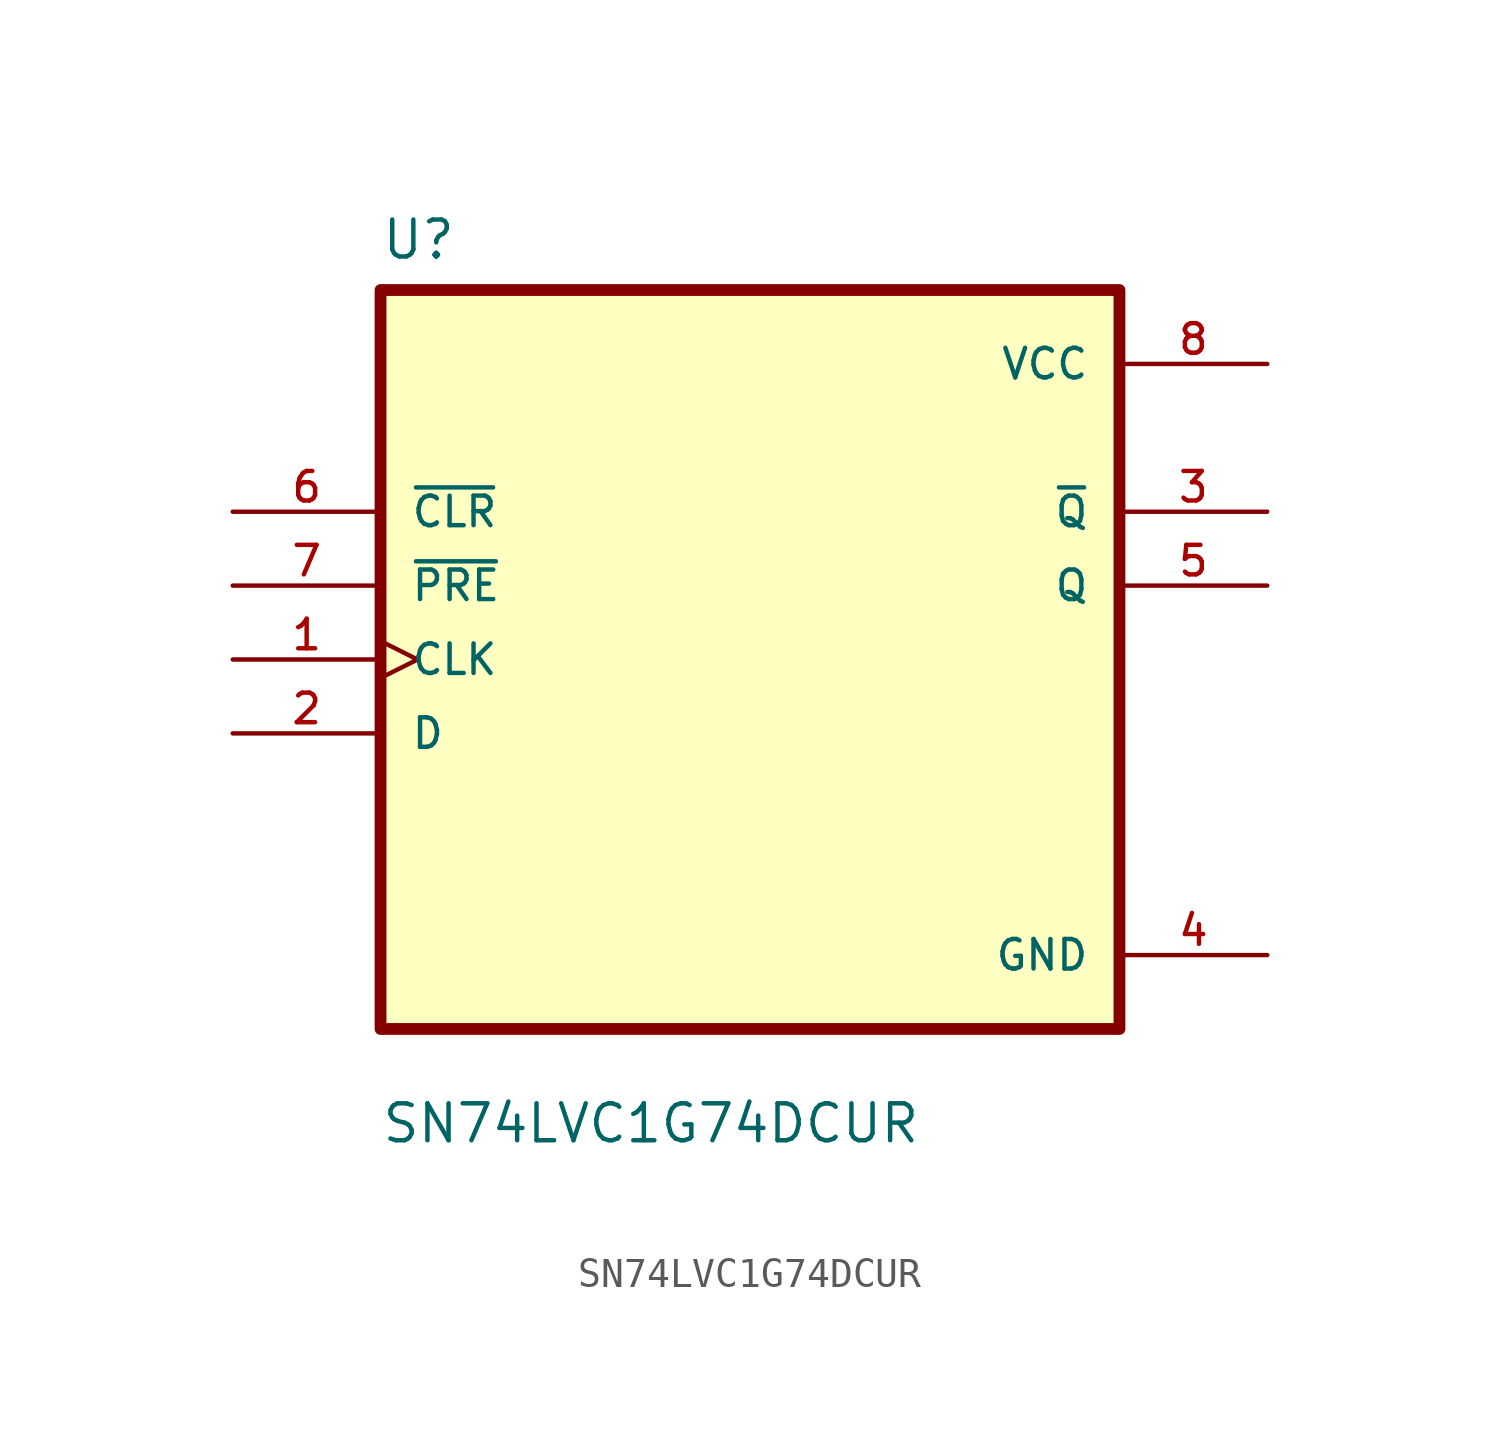
<source format=kicad_sym>
(kicad_symbol_lib
  (version 20201005)
  (generator kicad_symbol_editor)
  (symbol "SN74LVC1G74DCUR:SN74LVC1G74DCUR"
    (pin_names
      (offset 1.016))
    (property "Reference" "U"
      (at -12.7 13.691 0)
      (effects (font (size 1.27 1.27)) (justify left bottom)))
    (property "Value" "SN74LVC1G74DCUR"
      (at -12.7 -16.688 0)
      (effects (font (size 1.27 1.27)) (justify left bottom)))
    (symbol "SN74LVC1G74DCUR_0_0"
      (rectangle (start -12.7 -12.7) (end 12.7 12.7) (stroke (width 0.406)) (fill (type background)))
      (pin input clock (at -17.78 0 0) (length 5.08) (name "CLK" (effects (font (size 1.016 1.016)))) (number "1" (effects (font (size 1.016 1.016)))))
      (pin input line (at -17.78 -2.54 0) (length 5.08) (name "D" (effects (font (size 1.016 1.016)))) (number "2" (effects (font (size 1.016 1.016)))))
      (pin output line (at 17.78 5.08 180) (length 5.08) (name "~Q" (effects (font (size 1.016 1.016)))) (number "3" (effects (font (size 1.016 1.016)))))
      (pin power_in line (at 17.78 -10.16 180) (length 5.08) (name "GND" (effects (font (size 1.016 1.016)))) (number "4" (effects (font (size 1.016 1.016)))))
      (pin output line (at 17.78 2.54 180) (length 5.08) (name "Q" (effects (font (size 1.016 1.016)))) (number "5" (effects (font (size 1.016 1.016)))))
      (pin input line (at -17.78 5.08 0) (length 5.08) (name "~CLR" (effects (font (size 1.016 1.016)))) (number "6" (effects (font (size 1.016 1.016)))))
      (pin input line (at -17.78 2.54 0) (length 5.08) (name "~PRE" (effects (font (size 1.016 1.016)))) (number "7" (effects (font (size 1.016 1.016)))))
      (pin power_in line (at 17.78 10.16 180) (length 5.08) (name "VCC" (effects (font (size 1.016 1.016)))) (number "8" (effects (font (size 1.016 1.016))))))))
</source>
